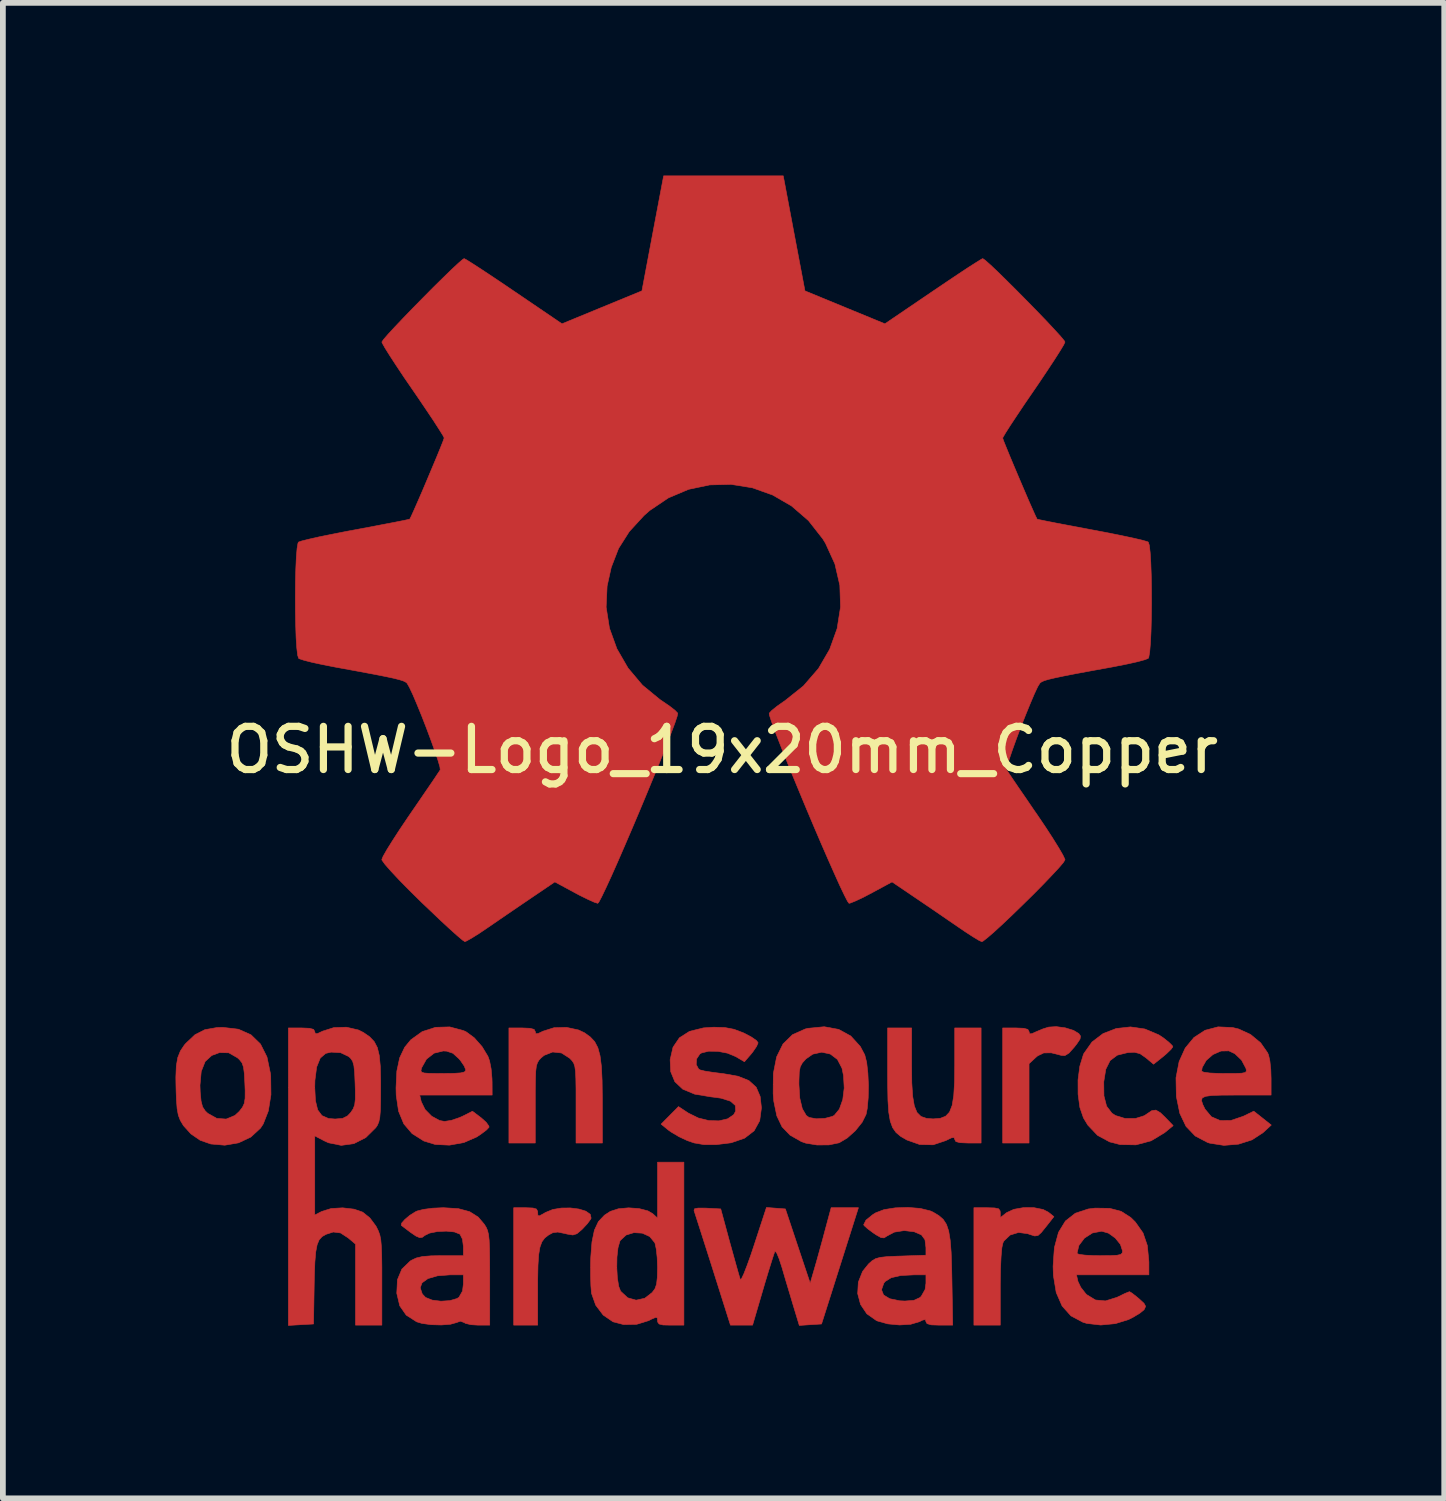
<source format=kicad_pcb>
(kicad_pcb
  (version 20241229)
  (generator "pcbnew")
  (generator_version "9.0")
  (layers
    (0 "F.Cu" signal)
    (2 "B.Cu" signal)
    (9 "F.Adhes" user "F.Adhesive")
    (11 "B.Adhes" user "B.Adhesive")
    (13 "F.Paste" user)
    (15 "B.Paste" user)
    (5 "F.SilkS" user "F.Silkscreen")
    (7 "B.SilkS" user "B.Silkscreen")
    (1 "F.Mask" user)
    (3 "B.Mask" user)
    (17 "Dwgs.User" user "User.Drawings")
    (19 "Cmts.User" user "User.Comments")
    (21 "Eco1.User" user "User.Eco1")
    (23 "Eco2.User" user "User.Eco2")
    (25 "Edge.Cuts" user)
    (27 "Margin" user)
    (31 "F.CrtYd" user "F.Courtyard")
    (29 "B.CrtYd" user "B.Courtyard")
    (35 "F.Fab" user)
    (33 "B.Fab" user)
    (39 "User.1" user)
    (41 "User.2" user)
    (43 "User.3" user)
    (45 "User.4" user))
  (footprint "OSHW-Logo_19x20mm_Copper"
    (layer "F.Cu")
    (at 9.497 9.978)
    (property "Reference" "OSHW-Logo_19x20mm_Copper" (at 0 0 0) (layer "F.SilkS") (effects (font (size 0.75 0.75) (thickness 0.125))))
    (attr exclude_from_pos_files exclude_from_bom)
    (fp_poly (pts (xy 5.959 4.828) (xy 6.102 4.872) (xy 6.194 4.927) (xy 6.224 4.971) (xy 6.216 5.023) (xy 6.162 5.104) (xy 6.117 5.162) (xy 6.024 5.266) (xy 5.953 5.31) (xy 5.893 5.307) (xy 5.716 5.262) (xy 5.585 5.264) (xy 5.479 5.315) (xy 5.444 5.345) (xy 5.33 5.451) (xy 5.33 6.829) (xy 4.872 6.829) (xy 4.872 4.83) (xy 5.101 4.83) (xy 5.238 4.836) (xy 5.309 4.855) (xy 5.33 4.893) (xy 5.33 4.894) (xy 5.34 4.933) (xy 5.383 4.928) (xy 5.444 4.9) (xy 5.57 4.847) (xy 5.672 4.815) (xy 5.803 4.807) (xy 5.959 4.828)) (stroke (width 0.01) (type solid)) (fill yes) (layer "F.Cu"))
    (fp_poly (pts (xy 5.415 7.952) (xy 5.575 7.984) (xy 5.666 8.031) (xy 5.762 8.108) (xy 5.626 8.281) (xy 5.542 8.385) (xy 5.485 8.436) (xy 5.428 8.444) (xy 5.345 8.418) (xy 5.306 8.404) (xy 5.147 8.383) (xy 5.001 8.428) (xy 4.895 8.529) (xy 4.877 8.562) (xy 4.858 8.647) (xy 4.844 8.805) (xy 4.834 9.023) (xy 4.83 9.291) (xy 4.83 9.329) (xy 4.83 9.993) (xy 4.372 9.993) (xy 4.372 7.953) (xy 4.601 7.953) (xy 4.733 7.957) (xy 4.802 7.972) (xy 4.827 8.007) (xy 4.83 8.039) (xy 4.83 8.126) (xy 4.94 8.039) (xy 5.066 7.981) (xy 5.235 7.951) (xy 5.415 7.952)) (stroke (width 0.01) (type solid)) (fill yes) (layer "F.Cu"))
    (fp_poly (pts (xy -3.289 7.958) (xy -3.227 7.976) (xy -3.207 8.017) (xy -3.206 8.036) (xy -3.203 8.087) (xy -3.178 8.095) (xy -3.111 8.06) (xy -3.071 8.036) (xy -2.945 7.984) (xy -2.795 7.959) (xy -2.638 7.957) (xy -2.49 7.976) (xy -2.37 8.013) (xy -2.293 8.067) (xy -2.278 8.134) (xy -2.286 8.152) (xy -2.341 8.228) (xy -2.427 8.321) (xy -2.443 8.336) (xy -2.525 8.405) (xy -2.595 8.427) (xy -2.694 8.411) (xy -2.734 8.401) (xy -2.857 8.376) (xy -2.943 8.387) (xy -3.017 8.427) (xy -3.084 8.479) (xy -3.133 8.546) (xy -3.167 8.639) (xy -3.189 8.77) (xy -3.201 8.954) (xy -3.206 9.201) (xy -3.206 9.351) (xy -3.206 9.993) (xy -3.623 9.993) (xy -3.623 7.953) (xy -3.414 7.953) (xy -3.289 7.958)) (stroke (width 0.01) (type solid)) (fill yes) (layer "F.Cu"))
    (fp_poly (pts (xy 3.29 5.478) (xy 3.293 5.784) (xy 3.308 6.016) (xy 3.337 6.184) (xy 3.383 6.298) (xy 3.452 6.367) (xy 3.547 6.401) (xy 3.664 6.41) (xy 3.787 6.4) (xy 3.88 6.364) (xy 3.948 6.293) (xy 3.994 6.177) (xy 4.022 6.005) (xy 4.036 5.77) (xy 4.039 5.478) (xy 4.039 4.83) (xy 4.497 4.83) (xy 4.497 6.829) (xy 4.268 6.829) (xy 4.13 6.823) (xy 4.059 6.804) (xy 4.039 6.766) (xy 4.027 6.733) (xy 3.979 6.74) (xy 3.883 6.787) (xy 3.664 6.86) (xy 3.43 6.855) (xy 3.207 6.776) (xy 3.1 6.714) (xy 3.019 6.646) (xy 2.96 6.562) (xy 2.919 6.449) (xy 2.893 6.296) (xy 2.879 6.09) (xy 2.874 5.82) (xy 2.873 5.612) (xy 2.873 4.83) (xy 3.29 4.83) (xy 3.29 5.478)) (stroke (width 0.01) (type solid)) (fill yes) (layer "F.Cu"))
    (fp_poly (pts (xy -2.497 4.865) (xy -2.393 4.914) (xy -2.293 4.986) (xy -2.216 5.068) (xy -2.161 5.173) (xy -2.123 5.312) (xy -2.099 5.498) (xy -2.087 5.742) (xy -2.083 6.057) (xy -2.083 6.09) (xy -2.082 6.829) (xy -2.54 6.829) (xy -2.54 6.147) (xy -2.54 5.895) (xy -2.543 5.712) (xy -2.549 5.585) (xy -2.561 5.499) (xy -2.58 5.442) (xy -2.609 5.399) (xy -2.65 5.356) (xy -2.792 5.265) (xy -2.947 5.248) (xy -3.094 5.306) (xy -3.146 5.349) (xy -3.183 5.389) (xy -3.21 5.433) (xy -3.229 5.492) (xy -3.24 5.582) (xy -3.245 5.716) (xy -3.248 5.907) (xy -3.248 6.14) (xy -3.248 6.829) (xy -3.706 6.829) (xy -3.706 4.83) (xy -3.477 4.83) (xy -3.339 4.836) (xy -3.268 4.855) (xy -3.248 4.893) (xy -3.248 4.894) (xy -3.238 4.931) (xy -3.196 4.926) (xy -3.113 4.886) (xy -2.923 4.826) (xy -2.706 4.82) (xy -2.497 4.865)) (stroke (width 0.01) (type solid)) (fill yes) (layer "F.Cu"))
    (fp_poly (pts (xy 7.342 4.848) (xy 7.584 4.95) (xy 7.66 5) (xy 7.757 5.077) (xy 7.818 5.137) (xy 7.828 5.157) (xy 7.798 5.2) (xy 7.722 5.274) (xy 7.661 5.326) (xy 7.493 5.46) (xy 7.361 5.349) (xy 7.258 5.277) (xy 7.159 5.252) (xy 7.044 5.258) (xy 6.863 5.303) (xy 6.738 5.397) (xy 6.663 5.548) (xy 6.628 5.766) (xy 6.628 5.766) (xy 6.631 6.01) (xy 6.677 6.189) (xy 6.77 6.311) (xy 6.833 6.352) (xy 7 6.403) (xy 7.178 6.403) (xy 7.333 6.354) (xy 7.37 6.329) (xy 7.462 6.267) (xy 7.534 6.257) (xy 7.612 6.303) (xy 7.698 6.386) (xy 7.834 6.527) (xy 7.683 6.651) (xy 7.45 6.791) (xy 7.187 6.861) (xy 6.912 6.856) (xy 6.731 6.81) (xy 6.52 6.696) (xy 6.351 6.518) (xy 6.275 6.392) (xy 6.213 6.211) (xy 6.182 5.982) (xy 6.181 5.734) (xy 6.212 5.495) (xy 6.273 5.296) (xy 6.282 5.275) (xy 6.424 5.074) (xy 6.616 4.928) (xy 6.843 4.84) (xy 7.091 4.812) (xy 7.342 4.848)) (stroke (width 0.01) (type solid)) (fill yes) (layer "F.Cu"))
    (fp_poly (pts (xy 2.023 4.855) (xy 2.233 4.97) (xy 2.398 5.151) (xy 2.476 5.298) (xy 2.509 5.428) (xy 2.53 5.613) (xy 2.54 5.827) (xy 2.536 6.042) (xy 2.519 6.23) (xy 2.499 6.331) (xy 2.431 6.468) (xy 2.313 6.615) (xy 2.171 6.742) (xy 2.031 6.825) (xy 2.027 6.826) (xy 1.853 6.862) (xy 1.646 6.863) (xy 1.45 6.831) (xy 1.374 6.804) (xy 1.179 6.693) (xy 1.039 6.548) (xy 0.948 6.357) (xy 0.896 6.105) (xy 0.885 5.973) (xy 0.886 5.808) (xy 1.332 5.808) (xy 1.347 6.049) (xy 1.391 6.233) (xy 1.46 6.351) (xy 1.509 6.385) (xy 1.634 6.408) (xy 1.783 6.401) (xy 1.912 6.367) (xy 1.946 6.349) (xy 2.035 6.241) (xy 2.094 6.075) (xy 2.119 5.874) (xy 2.107 5.658) (xy 2.08 5.528) (xy 2.001 5.377) (xy 1.877 5.283) (xy 1.728 5.251) (xy 1.573 5.285) (xy 1.454 5.368) (xy 1.392 5.437) (xy 1.355 5.505) (xy 1.338 5.597) (xy 1.333 5.738) (xy 1.332 5.808) (xy 0.886 5.808) (xy 0.888 5.621) (xy 0.945 5.333) (xy 1.056 5.108) (xy 1.222 4.946) (xy 1.442 4.848) (xy 1.489 4.836) (xy 1.772 4.809) (xy 2.023 4.855)) (stroke (width 0.01) (type solid)) (fill yes) (layer "F.Cu"))
    (fp_poly (pts (xy 1.097 7.974) (xy 1.312 8.619) (xy 1.528 9.265) (xy 1.595 9.036) (xy 1.636 8.894) (xy 1.689 8.703) (xy 1.747 8.493) (xy 1.777 8.38) (xy 1.892 7.953) (xy 2.366 7.953) (xy 2.224 8.401) (xy 2.154 8.621) (xy 2.07 8.886) (xy 1.982 9.163) (xy 1.904 9.41) (xy 1.725 9.973) (xy 1.532 9.985) (xy 1.339 9.998) (xy 1.234 9.652) (xy 1.17 9.437) (xy 1.099 9.201) (xy 1.038 8.992) (xy 1.035 8.983) (xy 0.989 8.842) (xy 0.949 8.745) (xy 0.92 8.708) (xy 0.914 8.713) (xy 0.894 8.769) (xy 0.855 8.891) (xy 0.802 9.061) (xy 0.74 9.266) (xy 0.707 9.379) (xy 0.527 9.993) (xy 0.143 9.993) (xy -0.163 9.025) (xy -0.249 8.754) (xy -0.328 8.507) (xy -0.395 8.297) (xy -0.447 8.135) (xy -0.48 8.033) (xy -0.49 8.003) (xy -0.482 7.972) (xy -0.419 7.959) (xy -0.289 7.96) (xy -0.268 7.961) (xy -0.026 7.974) (xy 0.132 8.557) (xy 0.191 8.769) (xy 0.243 8.956) (xy 0.284 9.101) (xy 0.31 9.188) (xy 0.315 9.202) (xy 0.335 9.186) (xy 0.375 9.102) (xy 0.43 8.961) (xy 0.497 8.775) (xy 0.553 8.607) (xy 0.768 7.949) (xy 1.097 7.974)) (stroke (width 0.01) (type solid)) (fill yes) (layer "F.Cu"))
    (fp_poly (pts (xy -8.405 4.852) (xy -8.188 4.948) (xy -8.022 5.109) (xy -7.909 5.334) (xy -7.848 5.625) (xy -7.844 5.67) (xy -7.84 5.99) (xy -7.885 6.271) (xy -7.974 6.498) (xy -8.022 6.571) (xy -8.19 6.726) (xy -8.403 6.826) (xy -8.642 6.867) (xy -8.885 6.846) (xy -9.07 6.781) (xy -9.23 6.671) (xy -9.36 6.527) (xy -9.362 6.524) (xy -9.415 6.435) (xy -9.449 6.346) (xy -9.47 6.233) (xy -9.482 6.074) (xy -9.487 5.944) (xy -9.49 5.826) (xy -9.073 5.826) (xy -9.069 5.943) (xy -9.054 6.1) (xy -9.028 6.201) (xy -8.981 6.272) (xy -8.937 6.314) (xy -8.781 6.401) (xy -8.618 6.413) (xy -8.466 6.35) (xy -8.39 6.28) (xy -8.335 6.209) (xy -8.303 6.141) (xy -8.289 6.052) (xy -8.288 5.919) (xy -8.293 5.797) (xy -8.302 5.623) (xy -8.317 5.51) (xy -8.343 5.436) (xy -8.388 5.379) (xy -8.424 5.347) (xy -8.573 5.262) (xy -8.733 5.258) (xy -8.868 5.308) (xy -8.983 5.413) (xy -9.051 5.585) (xy -9.073 5.826) (xy -9.49 5.826) (xy -9.492 5.685) (xy -9.484 5.491) (xy -9.459 5.345) (xy -9.413 5.23) (xy -9.345 5.128) (xy -9.319 5.098) (xy -9.159 4.947) (xy -8.988 4.86) (xy -8.778 4.823) (xy -8.676 4.82) (xy -8.405 4.852)) (stroke (width 0.01) (type solid)) (fill yes) (layer "F.Cu"))
    (fp_poly (pts (xy -0.666 9.993) (xy -0.895 9.993) (xy -1.028 9.99) (xy -1.097 9.973) (xy -1.122 9.938) (xy -1.124 9.915) (xy -1.128 9.867) (xy -1.155 9.858) (xy -1.225 9.887) (xy -1.279 9.915) (xy -1.487 9.979) (xy -1.713 9.983) (xy -1.897 9.935) (xy -2.068 9.818) (xy -2.198 9.646) (xy -2.27 9.443) (xy -2.272 9.431) (xy -2.282 9.307) (xy -2.287 9.129) (xy -2.287 8.994) (xy -1.832 8.994) (xy -1.822 9.173) (xy -1.798 9.321) (xy -1.765 9.404) (xy -1.642 9.518) (xy -1.497 9.559) (xy -1.346 9.526) (xy -1.218 9.427) (xy -1.169 9.361) (xy -1.141 9.282) (xy -1.128 9.167) (xy -1.124 8.994) (xy -1.13 8.822) (xy -1.146 8.672) (xy -1.168 8.571) (xy -1.171 8.562) (xy -1.26 8.454) (xy -1.389 8.395) (xy -1.534 8.386) (xy -1.669 8.427) (xy -1.769 8.519) (xy -1.779 8.537) (xy -1.811 8.65) (xy -1.829 8.811) (xy -1.832 8.994) (xy -2.287 8.994) (xy -2.287 8.926) (xy -2.284 8.817) (xy -2.263 8.547) (xy -2.221 8.344) (xy -2.151 8.194) (xy -2.046 8.083) (xy -1.945 8.017) (xy -1.803 7.971) (xy -1.626 7.955) (xy -1.445 7.968) (xy -1.291 8.008) (xy -1.209 8.056) (xy -1.124 8.133) (xy -1.124 7.162) (xy -0.666 7.162) (xy -0.666 9.993)) (stroke (width 0.01) (type solid)) (fill yes) (layer "F.Cu"))
    (fp_poly (pts (xy 8.868 4.823) (xy 8.974 4.849) (xy 9.179 4.944) (xy 9.354 5.089) (xy 9.475 5.262) (xy 9.491 5.301) (xy 9.514 5.403) (xy 9.53 5.555) (xy 9.535 5.707) (xy 9.535 5.996) (xy 8.932 5.996) (xy 8.683 5.997) (xy 8.507 6.003) (xy 8.396 6.018) (xy 8.338 6.046) (xy 8.326 6.092) (xy 8.348 6.16) (xy 8.387 6.24) (xy 8.498 6.373) (xy 8.651 6.439) (xy 8.838 6.437) (xy 9.05 6.365) (xy 9.234 6.276) (xy 9.386 6.396) (xy 9.538 6.517) (xy 9.395 6.649) (xy 9.204 6.774) (xy 8.969 6.849) (xy 8.716 6.87) (xy 8.471 6.832) (xy 8.432 6.82) (xy 8.217 6.707) (xy 8.057 6.54) (xy 7.949 6.313) (xy 7.889 6.02) (xy 7.889 6.014) (xy 7.883 5.695) (xy 7.905 5.582) (xy 8.328 5.582) (xy 8.367 5.599) (xy 8.472 5.613) (xy 8.628 5.62) (xy 8.726 5.621) (xy 8.91 5.621) (xy 9.025 5.616) (xy 9.085 5.604) (xy 9.106 5.581) (xy 9.101 5.542) (xy 9.096 5.528) (xy 9.022 5.389) (xy 8.905 5.277) (xy 8.801 5.228) (xy 8.664 5.231) (xy 8.525 5.292) (xy 8.408 5.394) (xy 8.338 5.517) (xy 8.328 5.582) (xy 7.905 5.582) (xy 7.937 5.415) (xy 8.043 5.18) (xy 8.195 4.996) (xy 8.387 4.871) (xy 8.614 4.811) (xy 8.868 4.823)) (stroke (width 0.01) (type solid)) (fill yes) (layer "F.Cu"))
    (fp_poly (pts (xy 0.046 4.823) (xy 0.204 4.853) (xy 0.368 4.915) (xy 0.385 4.923) (xy 0.509 4.989) (xy 0.595 5.049) (xy 0.623 5.088) (xy 0.596 5.151) (xy 0.532 5.245) (xy 0.504 5.28) (xy 0.386 5.417) (xy 0.235 5.328) (xy 0.091 5.268) (xy -0.076 5.236) (xy -0.236 5.234) (xy -0.359 5.264) (xy -0.389 5.283) (xy -0.446 5.368) (xy -0.452 5.467) (xy -0.41 5.544) (xy -0.385 5.559) (xy -0.31 5.578) (xy -0.178 5.599) (xy -0.016 5.62) (xy 0.014 5.623) (xy 0.275 5.669) (xy 0.464 5.745) (xy 0.59 5.86) (xy 0.659 6.021) (xy 0.681 6.218) (xy 0.651 6.441) (xy 0.554 6.617) (xy 0.388 6.745) (xy 0.155 6.825) (xy -0.104 6.857) (xy -0.315 6.857) (xy -0.487 6.828) (xy -0.604 6.788) (xy -0.752 6.719) (xy -0.888 6.638) (xy -0.937 6.603) (xy -1.062 6.501) (xy -0.76 6.196) (xy -0.589 6.309) (xy -0.417 6.394) (xy -0.234 6.439) (xy -0.058 6.444) (xy 0.093 6.409) (xy 0.199 6.337) (xy 0.233 6.275) (xy 0.228 6.177) (xy 0.143 6.102) (xy -0.022 6.05) (xy -0.202 6.026) (xy -0.479 5.98) (xy -0.685 5.894) (xy -0.823 5.764) (xy -0.895 5.589) (xy -0.905 5.382) (xy -0.855 5.165) (xy -0.744 5.001) (xy -0.568 4.889) (xy -0.327 4.829) (xy -0.149 4.817) (xy 0.046 4.823)) (stroke (width 0.01) (type solid)) (fill yes) (layer "F.Cu"))
    (fp_poly (pts (xy 6.731 7.964) (xy 6.93 8.016) (xy 7.097 8.123) (xy 7.177 8.202) (xy 7.31 8.391) (xy 7.385 8.61) (xy 7.411 8.879) (xy 7.412 8.9) (xy 7.412 9.119) (xy 6.154 9.119) (xy 6.18 9.234) (xy 6.229 9.337) (xy 6.314 9.445) (xy 6.331 9.463) (xy 6.484 9.556) (xy 6.657 9.572) (xy 6.857 9.51) (xy 6.891 9.494) (xy 6.995 9.443) (xy 7.065 9.415) (xy 7.077 9.412) (xy 7.12 9.438) (xy 7.2 9.501) (xy 7.241 9.535) (xy 7.327 9.614) (xy 7.355 9.666) (xy 7.335 9.714) (xy 7.325 9.728) (xy 7.255 9.785) (xy 7.139 9.855) (xy 7.058 9.896) (xy 6.829 9.967) (xy 6.575 9.991) (xy 6.334 9.963) (xy 6.267 9.943) (xy 6.058 9.832) (xy 5.904 9.66) (xy 5.802 9.426) (xy 5.753 9.129) (xy 5.748 8.973) (xy 5.763 8.747) (xy 6.163 8.747) (xy 6.201 8.764) (xy 6.305 8.777) (xy 6.456 8.785) (xy 6.558 8.786) (xy 6.742 8.785) (xy 6.858 8.779) (xy 6.922 8.765) (xy 6.949 8.74) (xy 6.954 8.703) (xy 6.918 8.591) (xy 6.828 8.48) (xy 6.71 8.395) (xy 6.592 8.361) (xy 6.431 8.392) (xy 6.292 8.481) (xy 6.196 8.609) (xy 6.163 8.747) (xy 5.763 8.747) (xy 5.771 8.644) (xy 5.842 8.381) (xy 5.962 8.184) (xy 6.134 8.049) (xy 6.358 7.975) (xy 6.479 7.96) (xy 6.731 7.964)) (stroke (width 0.01) (type solid)) (fill yes) (layer "F.Cu"))
    (fp_poly (pts (xy -4.493 4.877) (xy -4.451 4.896) (xy -4.308 5.001) (xy -4.172 5.155) (xy -4.07 5.324) (xy -4.042 5.402) (xy -4.015 5.54) (xy -4 5.708) (xy -3.998 5.777) (xy -3.997 5.996) (xy -5.256 5.996) (xy -5.229 6.111) (xy -5.163 6.246) (xy -5.048 6.363) (xy -4.911 6.438) (xy -4.824 6.454) (xy -4.705 6.435) (xy -4.564 6.387) (xy -4.516 6.366) (xy -4.339 6.277) (xy -4.187 6.392) (xy -4.1 6.47) (xy -4.054 6.535) (xy -4.051 6.554) (xy -4.093 6.6) (xy -4.184 6.669) (xy -4.266 6.724) (xy -4.489 6.821) (xy -4.739 6.866) (xy -4.987 6.854) (xy -5.184 6.794) (xy -5.388 6.665) (xy -5.532 6.496) (xy -5.623 6.276) (xy -5.664 5.998) (xy -5.667 5.871) (xy -5.653 5.579) (xy -5.651 5.571) (xy -5.234 5.571) (xy -5.223 5.598) (xy -5.175 5.613) (xy -5.078 5.62) (xy -4.916 5.621) (xy -4.854 5.621) (xy -4.664 5.619) (xy -4.544 5.611) (xy -4.479 5.595) (xy -4.456 5.568) (xy -4.455 5.56) (xy -4.482 5.492) (xy -4.547 5.397) (xy -4.575 5.364) (xy -4.679 5.27) (xy -4.788 5.233) (xy -4.847 5.23) (xy -5.005 5.268) (xy -5.138 5.372) (xy -5.223 5.523) (xy -5.224 5.528) (xy -5.234 5.571) (xy -5.651 5.571) (xy -5.604 5.35) (xy -5.517 5.166) (xy -5.41 5.036) (xy -5.213 4.894) (xy -4.981 4.819) (xy -4.734 4.812) (xy -4.493 4.877)) (stroke (width 0.01) (type solid)) (fill yes) (layer "F.Cu"))
    (fp_poly (pts (xy 3.439 7.965) (xy 3.614 8.008) (xy 3.665 8.031) (xy 3.763 8.09) (xy 3.839 8.156) (xy 3.895 8.242) (xy 3.934 8.358) (xy 3.96 8.517) (xy 3.977 8.729) (xy 3.986 9.007) (xy 3.99 9.192) (xy 4.004 9.993) (xy 3.772 9.993) (xy 3.631 9.988) (xy 3.558 9.967) (xy 3.539 9.933) (xy 3.529 9.897) (xy 3.485 9.904) (xy 3.425 9.933) (xy 3.274 9.978) (xy 3.08 9.99) (xy 2.876 9.971) (xy 2.694 9.92) (xy 2.678 9.913) (xy 2.512 9.796) (xy 2.403 9.634) (xy 2.353 9.445) (xy 2.357 9.378) (xy 2.767 9.378) (xy 2.803 9.469) (xy 2.91 9.534) (xy 3.083 9.57) (xy 3.175 9.574) (xy 3.329 9.562) (xy 3.431 9.516) (xy 3.456 9.494) (xy 3.524 9.374) (xy 3.539 9.265) (xy 3.539 9.119) (xy 3.336 9.119) (xy 3.1 9.131) (xy 2.935 9.169) (xy 2.83 9.235) (xy 2.807 9.265) (xy 2.767 9.378) (xy 2.357 9.378) (xy 2.364 9.247) (xy 2.439 9.058) (xy 2.542 8.93) (xy 2.604 8.874) (xy 2.665 8.838) (xy 2.744 8.816) (xy 2.861 8.803) (xy 3.036 8.795) (xy 3.105 8.793) (xy 3.539 8.778) (xy 3.539 8.647) (xy 3.522 8.509) (xy 3.461 8.425) (xy 3.338 8.372) (xy 3.335 8.371) (xy 3.161 8.35) (xy 2.99 8.377) (xy 2.863 8.444) (xy 2.812 8.477) (xy 2.758 8.472) (xy 2.673 8.424) (xy 2.624 8.391) (xy 2.527 8.319) (xy 2.467 8.265) (xy 2.457 8.249) (xy 2.497 8.169) (xy 2.614 8.074) (xy 2.665 8.042) (xy 2.811 7.986) (xy 3.008 7.955) (xy 3.227 7.948) (xy 3.439 7.965)) (stroke (width 0.01) (type solid)) (fill yes) (layer "F.Cu"))
    (fp_poly (pts (xy -4.584 7.969) (xy -4.388 8.022) (xy -4.239 8.116) (xy -4.134 8.24) (xy -4.101 8.293) (xy -4.077 8.349) (xy -4.06 8.42) (xy -4.049 8.519) (xy -4.043 8.66) (xy -4.04 8.855) (xy -4.039 9.118) (xy -4.039 9.188) (xy -4.039 9.993) (xy -4.239 9.993) (xy -4.366 9.985) (xy -4.461 9.962) (xy -4.484 9.948) (xy -4.549 9.924) (xy -4.615 9.948) (xy -4.723 9.978) (xy -4.881 9.99) (xy -5.056 9.985) (xy -5.216 9.963) (xy -5.309 9.935) (xy -5.49 9.819) (xy -5.602 9.658) (xy -5.653 9.444) (xy -5.654 9.438) (xy -5.649 9.344) (xy -5.247 9.344) (xy -5.211 9.451) (xy -5.154 9.512) (xy -5.039 9.558) (xy -4.887 9.577) (xy -4.732 9.567) (xy -4.608 9.531) (xy -4.573 9.508) (xy -4.512 9.401) (xy -4.497 9.279) (xy -4.497 9.119) (xy -4.727 9.119) (xy -4.946 9.136) (xy -5.112 9.184) (xy -5.215 9.258) (xy -5.247 9.344) (xy -5.649 9.344) (xy -5.643 9.205) (xy -5.566 9.02) (xy -5.421 8.88) (xy -5.401 8.867) (xy -5.315 8.826) (xy -5.208 8.801) (xy -5.059 8.789) (xy -4.882 8.786) (xy -4.497 8.786) (xy -4.497 8.624) (xy -4.513 8.499) (xy -4.555 8.415) (xy -4.56 8.411) (xy -4.653 8.374) (xy -4.793 8.36) (xy -4.948 8.367) (xy -5.084 8.394) (xy -5.166 8.434) (xy -5.21 8.467) (xy -5.256 8.473) (xy -5.32 8.446) (xy -5.417 8.38) (xy -5.563 8.269) (xy -5.576 8.259) (xy -5.569 8.22) (xy -5.512 8.156) (xy -5.426 8.084) (xy -5.33 8.024) (xy -5.3 8.01) (xy -5.19 7.982) (xy -5.03 7.961) (xy -4.85 7.953) (xy -4.842 7.953) (xy -4.584 7.969)) (stroke (width 0.01) (type solid)) (fill yes) (layer "F.Cu"))
    (fp_poly (pts (xy -6.321 4.865) (xy -6.233 4.909) (xy -6.125 4.984) (xy -6.046 5.067) (xy -5.992 5.17) (xy -5.958 5.309) (xy -5.94 5.497) (xy -5.934 5.749) (xy -5.934 5.858) (xy -5.935 6.095) (xy -5.939 6.265) (xy -5.949 6.383) (xy -5.966 6.463) (xy -5.992 6.523) (xy -6.019 6.563) (xy -6.193 6.735) (xy -6.398 6.839) (xy -6.618 6.87) (xy -6.84 6.825) (xy -6.91 6.793) (xy -7.079 6.705) (xy -7.079 8.08) (xy -6.956 8.017) (xy -6.794 7.967) (xy -6.595 7.955) (xy -6.396 7.978) (xy -6.246 8.03) (xy -6.122 8.13) (xy -6.016 8.272) (xy -6.008 8.287) (xy -5.974 8.356) (xy -5.949 8.425) (xy -5.932 8.509) (xy -5.922 8.622) (xy -5.916 8.778) (xy -5.913 8.99) (xy -5.913 9.23) (xy -5.913 9.993) (xy -6.371 9.993) (xy -6.371 8.585) (xy -6.499 8.477) (xy -6.632 8.391) (xy -6.758 8.375) (xy -6.885 8.416) (xy -6.952 8.455) (xy -7.003 8.512) (xy -7.038 8.597) (xy -7.062 8.722) (xy -7.077 8.901) (xy -7.086 9.144) (xy -7.089 9.306) (xy -7.1 9.973) (xy -7.318 9.985) (xy -7.537 9.998) (xy -7.537 5.863) (xy -7.079 5.863) (xy -7.067 6.094) (xy -7.028 6.254) (xy -6.954 6.353) (xy -6.84 6.403) (xy -6.725 6.412) (xy -6.594 6.401) (xy -6.508 6.357) (xy -6.453 6.298) (xy -6.411 6.235) (xy -6.385 6.165) (xy -6.374 6.066) (xy -6.374 5.918) (xy -6.378 5.795) (xy -6.386 5.608) (xy -6.399 5.486) (xy -6.421 5.408) (xy -6.457 5.356) (xy -6.49 5.326) (xy -6.629 5.26) (xy -6.795 5.25) (xy -6.889 5.272) (xy -6.983 5.353) (xy -7.046 5.509) (xy -7.076 5.741) (xy -7.079 5.863) (xy -7.537 5.863) (xy -7.537 4.83) (xy -7.308 4.83) (xy -7.17 4.836) (xy -7.099 4.855) (xy -7.079 4.893) (xy -7.079 4.894) (xy -7.069 4.931) (xy -7.027 4.926) (xy -6.943 4.886) (xy -6.748 4.824) (xy -6.529 4.817) (xy -6.321 4.865)) (stroke (width 0.01) (type solid)) (fill yes) (layer "F.Cu"))
    (fp_poly (pts (xy 1.248 -8.974) (xy 1.437 -7.975) (xy 2.131 -7.689) (xy 2.826 -7.403) (xy 3.659 -7.969) (xy 3.893 -8.127) (xy 4.103 -8.268) (xy 4.282 -8.386) (xy 4.419 -8.473) (xy 4.503 -8.525) (xy 4.526 -8.536) (xy 4.568 -8.507) (xy 4.657 -8.428) (xy 4.783 -8.309) (xy 4.936 -8.159) (xy 5.107 -7.989) (xy 5.285 -7.809) (xy 5.46 -7.63) (xy 5.624 -7.46) (xy 5.764 -7.31) (xy 5.873 -7.191) (xy 5.939 -7.112) (xy 5.954 -7.086) (xy 5.932 -7.037) (xy 5.868 -6.931) (xy 5.77 -6.777) (xy 5.644 -6.586) (xy 5.498 -6.368) (xy 5.413 -6.244) (xy 5.258 -6.018) (xy 5.121 -5.813) (xy 5.007 -5.641) (xy 4.924 -5.511) (xy 4.879 -5.434) (xy 4.872 -5.418) (xy 4.887 -5.372) (xy 4.93 -5.265) (xy 4.993 -5.111) (xy 5.07 -4.927) (xy 5.155 -4.726) (xy 5.241 -4.525) (xy 5.321 -4.338) (xy 5.391 -4.18) (xy 5.442 -4.066) (xy 5.469 -4.012) (xy 5.47 -4.009) (xy 5.513 -3.999) (xy 5.625 -3.976) (xy 5.796 -3.942) (xy 6.014 -3.901) (xy 6.268 -3.853) (xy 6.415 -3.825) (xy 6.686 -3.774) (xy 6.93 -3.725) (xy 7.136 -3.681) (xy 7.291 -3.645) (xy 7.383 -3.619) (xy 7.401 -3.611) (xy 7.419 -3.557) (xy 7.434 -3.433) (xy 7.445 -3.256) (xy 7.453 -3.038) (xy 7.457 -2.795) (xy 7.458 -2.541) (xy 7.455 -2.29) (xy 7.449 -2.057) (xy 7.439 -1.856) (xy 7.426 -1.702) (xy 7.41 -1.609) (xy 7.4 -1.59) (xy 7.341 -1.567) (xy 7.217 -1.533) (xy 7.043 -1.494) (xy 6.837 -1.453) (xy 6.765 -1.439) (xy 6.418 -1.376) (xy 6.143 -1.325) (xy 5.933 -1.284) (xy 5.777 -1.251) (xy 5.667 -1.225) (xy 5.594 -1.203) (xy 5.549 -1.183) (xy 5.522 -1.163) (xy 5.518 -1.159) (xy 5.48 -1.097) (xy 5.423 -0.975) (xy 5.352 -0.808) (xy 5.272 -0.612) (xy 5.189 -0.402) (xy 5.11 -0.192) (xy 5.04 0.002) (xy 4.984 0.166) (xy 4.949 0.285) (xy 4.939 0.344) (xy 4.94 0.346) (xy 4.972 0.394) (xy 5.043 0.5) (xy 5.146 0.652) (xy 5.275 0.839) (xy 5.42 1.052) (xy 5.462 1.112) (xy 5.61 1.331) (xy 5.74 1.531) (xy 5.845 1.7) (xy 5.918 1.826) (xy 5.953 1.9) (xy 5.954 1.909) (xy 5.926 1.956) (xy 5.846 2.05) (xy 5.725 2.18) (xy 5.575 2.337) (xy 5.404 2.51) (xy 5.223 2.688) (xy 5.043 2.863) (xy 4.873 3.024) (xy 4.724 3.161) (xy 4.606 3.263) (xy 4.53 3.322) (xy 4.509 3.331) (xy 4.46 3.309) (xy 4.359 3.248) (xy 4.223 3.16) (xy 4.119 3.089) (xy 3.929 2.959) (xy 3.705 2.805) (xy 3.48 2.652) (xy 3.359 2.57) (xy 2.95 2.293) (xy 2.606 2.479) (xy 2.45 2.561) (xy 2.316 2.624) (xy 2.226 2.66) (xy 2.203 2.665) (xy 2.176 2.628) (xy 2.122 2.523) (xy 2.044 2.36) (xy 1.949 2.149) (xy 1.838 1.899) (xy 1.717 1.621) (xy 1.589 1.322) (xy 1.459 1.014) (xy 1.331 0.706) (xy 1.208 0.408) (xy 1.095 0.129) (xy 0.996 -0.121) (xy 0.914 -0.333) (xy 0.855 -0.496) (xy 0.821 -0.601) (xy 0.816 -0.637) (xy 0.859 -0.684) (xy 0.952 -0.759) (xy 1.077 -0.847) (xy 1.088 -0.854) (xy 1.411 -1.112) (xy 1.672 -1.414) (xy 1.867 -1.749) (xy 1.996 -2.108) (xy 2.055 -2.482) (xy 2.043 -2.859) (xy 1.957 -3.232) (xy 1.794 -3.59) (xy 1.746 -3.668) (xy 1.498 -3.984) (xy 1.204 -4.238) (xy 0.876 -4.428) (xy 0.523 -4.554) (xy 0.155 -4.613) (xy -0.217 -4.604) (xy -0.584 -4.527) (xy -0.934 -4.379) (xy -1.259 -4.16) (xy -1.359 -4.072) (xy -1.615 -3.793) (xy -1.801 -3.5) (xy -1.928 -3.172) (xy -2 -2.847) (xy -2.017 -2.481) (xy -1.959 -2.114) (xy -1.83 -1.757) (xy -1.637 -1.423) (xy -1.386 -1.125) (xy -1.082 -0.875) (xy -1.042 -0.848) (xy -0.916 -0.762) (xy -0.82 -0.687) (xy -0.774 -0.639) (xy -0.773 -0.637) (xy -0.783 -0.586) (xy -0.822 -0.468) (xy -0.887 -0.295) (xy -0.972 -0.075) (xy -1.074 0.182) (xy -1.19 0.465) (xy -1.314 0.766) (xy -1.443 1.075) (xy -1.573 1.382) (xy -1.7 1.677) (xy -1.819 1.951) (xy -1.927 2.194) (xy -2.02 2.396) (xy -2.093 2.548) (xy -2.142 2.641) (xy -2.162 2.665) (xy -2.223 2.646) (xy -2.336 2.595) (xy -2.484 2.522) (xy -2.564 2.479) (xy -2.908 2.293) (xy -3.317 2.57) (xy -3.526 2.712) (xy -3.755 2.868) (xy -3.969 3.015) (xy -4.077 3.089) (xy -4.228 3.191) (xy -4.356 3.271) (xy -4.444 3.32) (xy -4.472 3.33) (xy -4.514 3.302) (xy -4.606 3.224) (xy -4.74 3.104) (xy -4.906 2.95) (xy -5.096 2.769) (xy -5.217 2.654) (xy -5.427 2.447) (xy -5.609 2.262) (xy -5.754 2.107) (xy -5.857 1.99) (xy -5.909 1.918) (xy -5.914 1.903) (xy -5.891 1.848) (xy -5.827 1.735) (xy -5.729 1.578) (xy -5.605 1.386) (xy -5.461 1.172) (xy -5.42 1.112) (xy -5.271 0.895) (xy -5.137 0.699) (xy -5.026 0.537) (xy -4.946 0.417) (xy -4.903 0.353) (xy -4.899 0.346) (xy -4.905 0.294) (xy -4.938 0.181) (xy -4.992 0.021) (xy -5.061 -0.171) (xy -5.139 -0.38) (xy -5.221 -0.591) (xy -5.302 -0.789) (xy -5.374 -0.959) (xy -5.434 -1.086) (xy -5.474 -1.156) (xy -5.476 -1.159) (xy -5.501 -1.179) (xy -5.542 -1.199) (xy -5.609 -1.22) (xy -5.712 -1.246) (xy -5.858 -1.277) (xy -6.057 -1.316) (xy -6.319 -1.365) (xy -6.651 -1.426) (xy -6.723 -1.439) (xy -6.937 -1.481) (xy -7.123 -1.521) (xy -7.265 -1.557) (xy -7.347 -1.584) (xy -7.358 -1.59) (xy -7.376 -1.645) (xy -7.391 -1.77) (xy -7.403 -1.948) (xy -7.41 -2.166) (xy -7.415 -2.409) (xy -7.416 -2.663) (xy -7.414 -2.914) (xy -7.408 -3.147) (xy -7.399 -3.347) (xy -7.386 -3.5) (xy -7.37 -3.593) (xy -7.36 -3.611) (xy -7.305 -3.63) (xy -7.181 -3.661) (xy -7 -3.702) (xy -6.773 -3.748) (xy -6.515 -3.799) (xy -6.374 -3.825) (xy -6.106 -3.875) (xy -5.868 -3.921) (xy -5.67 -3.959) (xy -5.524 -3.988) (xy -5.442 -4.006) (xy -5.429 -4.009) (xy -5.406 -4.053) (xy -5.358 -4.159) (xy -5.291 -4.311) (xy -5.211 -4.495) (xy -5.126 -4.696) (xy -5.041 -4.898) (xy -4.962 -5.086) (xy -4.897 -5.245) (xy -4.851 -5.361) (xy -4.831 -5.418) (xy -4.83 -5.42) (xy -4.853 -5.465) (xy -4.917 -5.567) (xy -5.014 -5.718) (xy -5.14 -5.906) (xy -5.286 -6.122) (xy -5.371 -6.246) (xy -5.527 -6.473) (xy -5.664 -6.679) (xy -5.778 -6.854) (xy -5.861 -6.987) (xy -5.906 -7.068) (xy -5.913 -7.086) (xy -5.885 -7.129) (xy -5.807 -7.219) (xy -5.689 -7.347) (xy -5.542 -7.502) (xy -5.374 -7.676) (xy -5.197 -7.856) (xy -5.02 -8.035) (xy -4.852 -8.2) (xy -4.705 -8.343) (xy -4.587 -8.453) (xy -4.51 -8.52) (xy -4.484 -8.536) (xy -4.442 -8.514) (xy -4.34 -8.45) (xy -4.19 -8.353) (xy -4.001 -8.228) (xy -3.782 -8.081) (xy -3.617 -7.969) (xy -2.784 -7.403) (xy -2.09 -7.689) (xy -1.395 -7.975) (xy -1.207 -8.974) (xy -1.018 -9.973) (xy 1.06 -9.973) (xy 1.248 -8.974)) (stroke (width 0.01) (type solid)) (fill yes) (layer "F.Cu")))
  (gr_rect
    (start -3 -3)
    (end 22.04 22.98)
    (stroke (width 0.1) (type default))
    (fill no)
    (layer "Edge.Cuts")))
</source>
